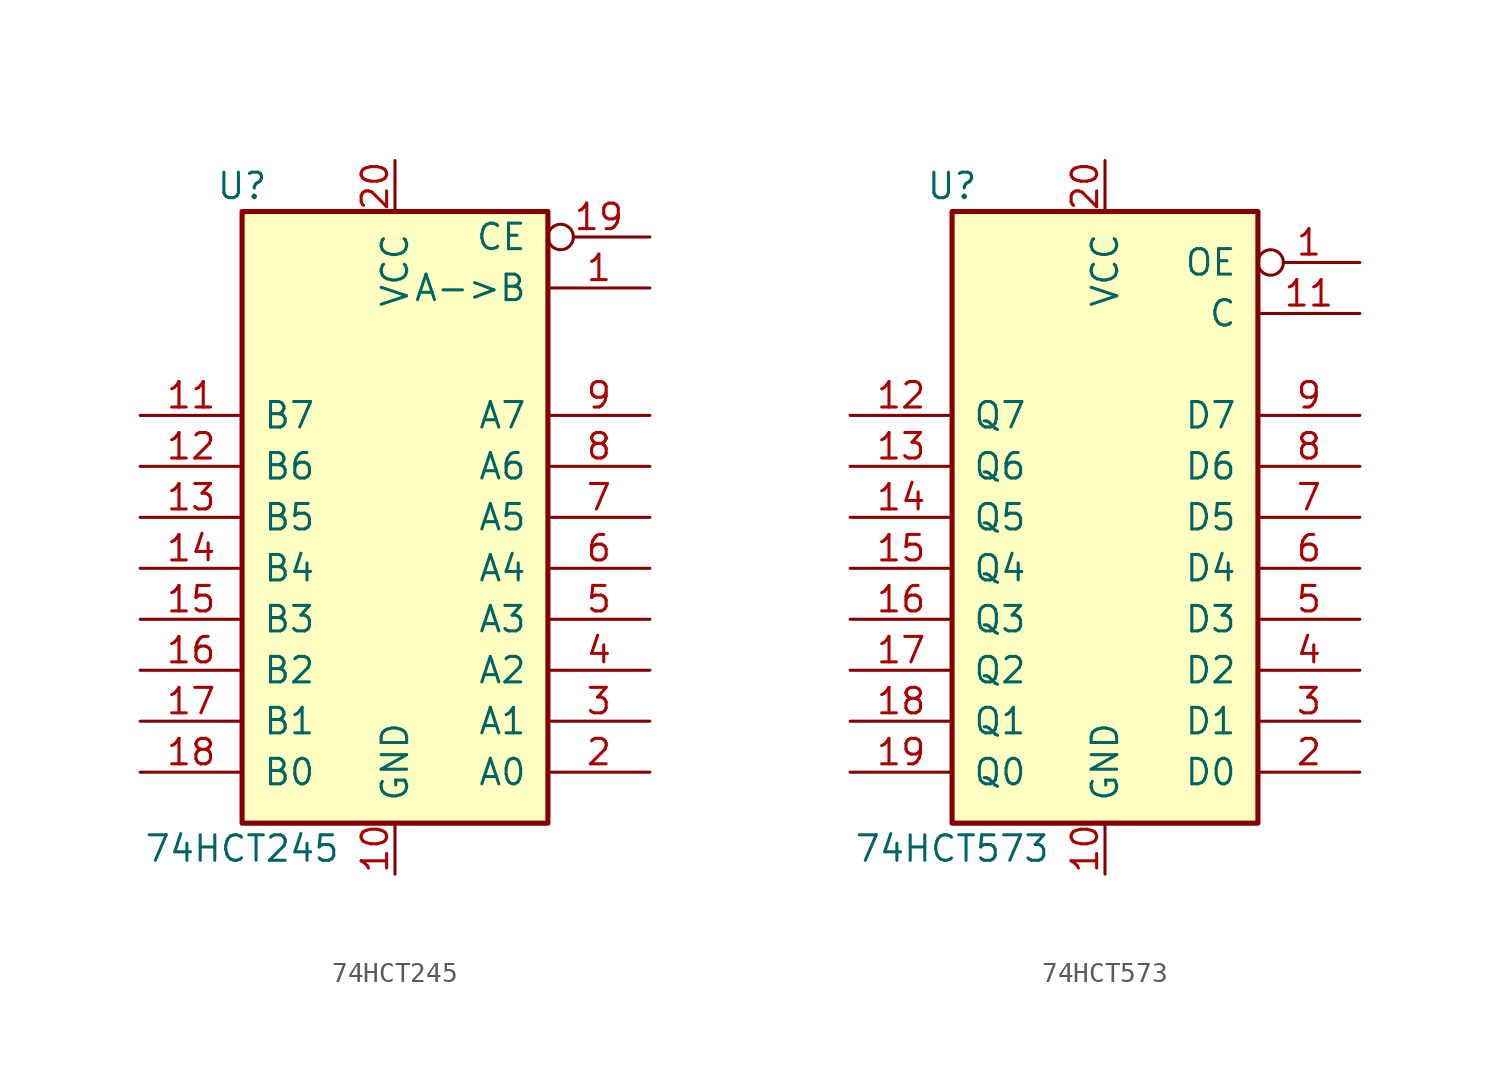
<source format=kicad_sym>
(kicad_symbol_lib
  (version 20231120)
  (generator "kicad_symbol_editor")
  (generator_version "8.0")
  (symbol "74HCT245"
    (pin_names
      (offset 1.016))
    (property "Reference" "U"
      (at -7.62 16.51 0)
      (effects (font (size 1.27 1.27))))
    (property "Value" "74HCT245"
      (at -7.62 -16.51 0)
      (effects (font (size 1.27 1.27))))
    (property "ki_locked" ""
      (at 0 0 0)
      (effects (font (size 1.27 1.27))))
    (symbol "74HCT245_1_0"
      (pin input line (at 12.7 11.43 180) (length 5.08) (name "A->B" (effects (font (size 1.27 1.27)))) (number "1" (effects (font (size 1.27 1.27)))))
      (pin power_in line (at 0 -17.78 90) (length 2.54) (name "GND" (effects (font (size 1.27 1.27)))) (number "10" (effects (font (size 1.27 1.27)))))
      (pin tri_state line (at -12.7 5.08 0) (length 5.08) (name "B7" (effects (font (size 1.27 1.27)))) (number "11" (effects (font (size 1.27 1.27)))))
      (pin tri_state line (at -12.7 2.54 0) (length 5.08) (name "B6" (effects (font (size 1.27 1.27)))) (number "12" (effects (font (size 1.27 1.27)))))
      (pin tri_state line (at -12.7 0 0) (length 5.08) (name "B5" (effects (font (size 1.27 1.27)))) (number "13" (effects (font (size 1.27 1.27)))))
      (pin tri_state line (at -12.7 -2.54 0) (length 5.08) (name "B4" (effects (font (size 1.27 1.27)))) (number "14" (effects (font (size 1.27 1.27)))))
      (pin tri_state line (at -12.7 -5.08 0) (length 5.08) (name "B3" (effects (font (size 1.27 1.27)))) (number "15" (effects (font (size 1.27 1.27)))))
      (pin tri_state line (at -12.7 -7.62 0) (length 5.08) (name "B2" (effects (font (size 1.27 1.27)))) (number "16" (effects (font (size 1.27 1.27)))))
      (pin tri_state line (at -12.7 -10.16 0) (length 5.08) (name "B1" (effects (font (size 1.27 1.27)))) (number "17" (effects (font (size 1.27 1.27)))))
      (pin tri_state line (at -12.7 -12.7 0) (length 5.08) (name "B0" (effects (font (size 1.27 1.27)))) (number "18" (effects (font (size 1.27 1.27)))))
      (pin input inverted (at 12.7 13.97 180) (length 5.08) (name "CE" (effects (font (size 1.27 1.27)))) (number "19" (effects (font (size 1.27 1.27)))))
      (pin tri_state line (at 12.7 -12.7 180) (length 5.08) (name "A0" (effects (font (size 1.27 1.27)))) (number "2" (effects (font (size 1.27 1.27)))))
      (pin power_in line (at 0 17.78 270) (length 2.54) (name "VCC" (effects (font (size 1.27 1.27)))) (number "20" (effects (font (size 1.27 1.27)))))
      (pin tri_state line (at 12.7 -10.16 180) (length 5.08) (name "A1" (effects (font (size 1.27 1.27)))) (number "3" (effects (font (size 1.27 1.27)))))
      (pin tri_state line (at 12.7 -7.62 180) (length 5.08) (name "A2" (effects (font (size 1.27 1.27)))) (number "4" (effects (font (size 1.27 1.27)))))
      (pin tri_state line (at 12.7 -5.08 180) (length 5.08) (name "A3" (effects (font (size 1.27 1.27)))) (number "5" (effects (font (size 1.27 1.27)))))
      (pin tri_state line (at 12.7 -2.54 180) (length 5.08) (name "A4" (effects (font (size 1.27 1.27)))) (number "6" (effects (font (size 1.27 1.27)))))
      (pin tri_state line (at 12.7 0 180) (length 5.08) (name "A5" (effects (font (size 1.27 1.27)))) (number "7" (effects (font (size 1.27 1.27)))))
      (pin tri_state line (at 12.7 2.54 180) (length 5.08) (name "A6" (effects (font (size 1.27 1.27)))) (number "8" (effects (font (size 1.27 1.27)))))
      (pin tri_state line (at 12.7 5.08 180) (length 5.08) (name "A7" (effects (font (size 1.27 1.27)))) (number "9" (effects (font (size 1.27 1.27))))))
    (symbol "74HCT245_1_1"
      (rectangle (start -7.62 15.24) (end 7.62 -15.24) (stroke (width 0.254) (type default)) (fill (type background)))))
  (symbol "74HCT573"
    (pin_names
      (offset 1.016))
    (property "Reference" "U"
      (at -7.62 16.51 0)
      (effects (font (size 1.27 1.27))))
    (property "Value" "74HCT573"
      (at -7.62 -16.51 0)
      (effects (font (size 1.27 1.27))))
    (property "ki_locked" ""
      (at 0 0 0)
      (effects (font (size 1.27 1.27))))
    (symbol "74HCT573_1_0"
      (pin input inverted (at 12.7 12.7 180) (length 5.08) (name "OE" (effects (font (size 1.27 1.27)))) (number "1" (effects (font (size 1.27 1.27)))))
      (pin power_in line (at 0 -17.78 90) (length 2.54) (name "GND" (effects (font (size 1.27 1.27)))) (number "10" (effects (font (size 1.27 1.27)))))
      (pin input line (at 12.7 10.16 180) (length 5.08) (name "C" (effects (font (size 1.27 1.27)))) (number "11" (effects (font (size 1.27 1.27)))))
      (pin tri_state line (at -12.7 5.08 0) (length 5.08) (name "Q7" (effects (font (size 1.27 1.27)))) (number "12" (effects (font (size 1.27 1.27)))))
      (pin tri_state line (at -12.7 2.54 0) (length 5.08) (name "Q6" (effects (font (size 1.27 1.27)))) (number "13" (effects (font (size 1.27 1.27)))))
      (pin tri_state line (at -12.7 0 0) (length 5.08) (name "Q5" (effects (font (size 1.27 1.27)))) (number "14" (effects (font (size 1.27 1.27)))))
      (pin tri_state line (at -12.7 -2.54 0) (length 5.08) (name "Q4" (effects (font (size 1.27 1.27)))) (number "15" (effects (font (size 1.27 1.27)))))
      (pin tri_state line (at -12.7 -5.08 0) (length 5.08) (name "Q3" (effects (font (size 1.27 1.27)))) (number "16" (effects (font (size 1.27 1.27)))))
      (pin tri_state line (at -12.7 -7.62 0) (length 5.08) (name "Q2" (effects (font (size 1.27 1.27)))) (number "17" (effects (font (size 1.27 1.27)))))
      (pin tri_state line (at -12.7 -10.16 0) (length 5.08) (name "Q1" (effects (font (size 1.27 1.27)))) (number "18" (effects (font (size 1.27 1.27)))))
      (pin tri_state line (at -12.7 -12.7 0) (length 5.08) (name "Q0" (effects (font (size 1.27 1.27)))) (number "19" (effects (font (size 1.27 1.27)))))
      (pin input line (at 12.7 -12.7 180) (length 5.08) (name "D0" (effects (font (size 1.27 1.27)))) (number "2" (effects (font (size 1.27 1.27)))))
      (pin power_in line (at 0 17.78 270) (length 2.54) (name "VCC" (effects (font (size 1.27 1.27)))) (number "20" (effects (font (size 1.27 1.27)))))
      (pin input line (at 12.7 -10.16 180) (length 5.08) (name "D1" (effects (font (size 1.27 1.27)))) (number "3" (effects (font (size 1.27 1.27)))))
      (pin input line (at 12.7 -7.62 180) (length 5.08) (name "D2" (effects (font (size 1.27 1.27)))) (number "4" (effects (font (size 1.27 1.27)))))
      (pin input line (at 12.7 -5.08 180) (length 5.08) (name "D3" (effects (font (size 1.27 1.27)))) (number "5" (effects (font (size 1.27 1.27)))))
      (pin input line (at 12.7 -2.54 180) (length 5.08) (name "D4" (effects (font (size 1.27 1.27)))) (number "6" (effects (font (size 1.27 1.27)))))
      (pin input line (at 12.7 0 180) (length 5.08) (name "D5" (effects (font (size 1.27 1.27)))) (number "7" (effects (font (size 1.27 1.27)))))
      (pin input line (at 12.7 2.54 180) (length 5.08) (name "D6" (effects (font (size 1.27 1.27)))) (number "8" (effects (font (size 1.27 1.27)))))
      (pin input line (at 12.7 5.08 180) (length 5.08) (name "D7" (effects (font (size 1.27 1.27)))) (number "9" (effects (font (size 1.27 1.27))))))
    (symbol "74HCT573_1_1"
      (rectangle (start -7.62 15.24) (end 7.62 -15.24) (stroke (width 0.254) (type default)) (fill (type background))))))
</source>
